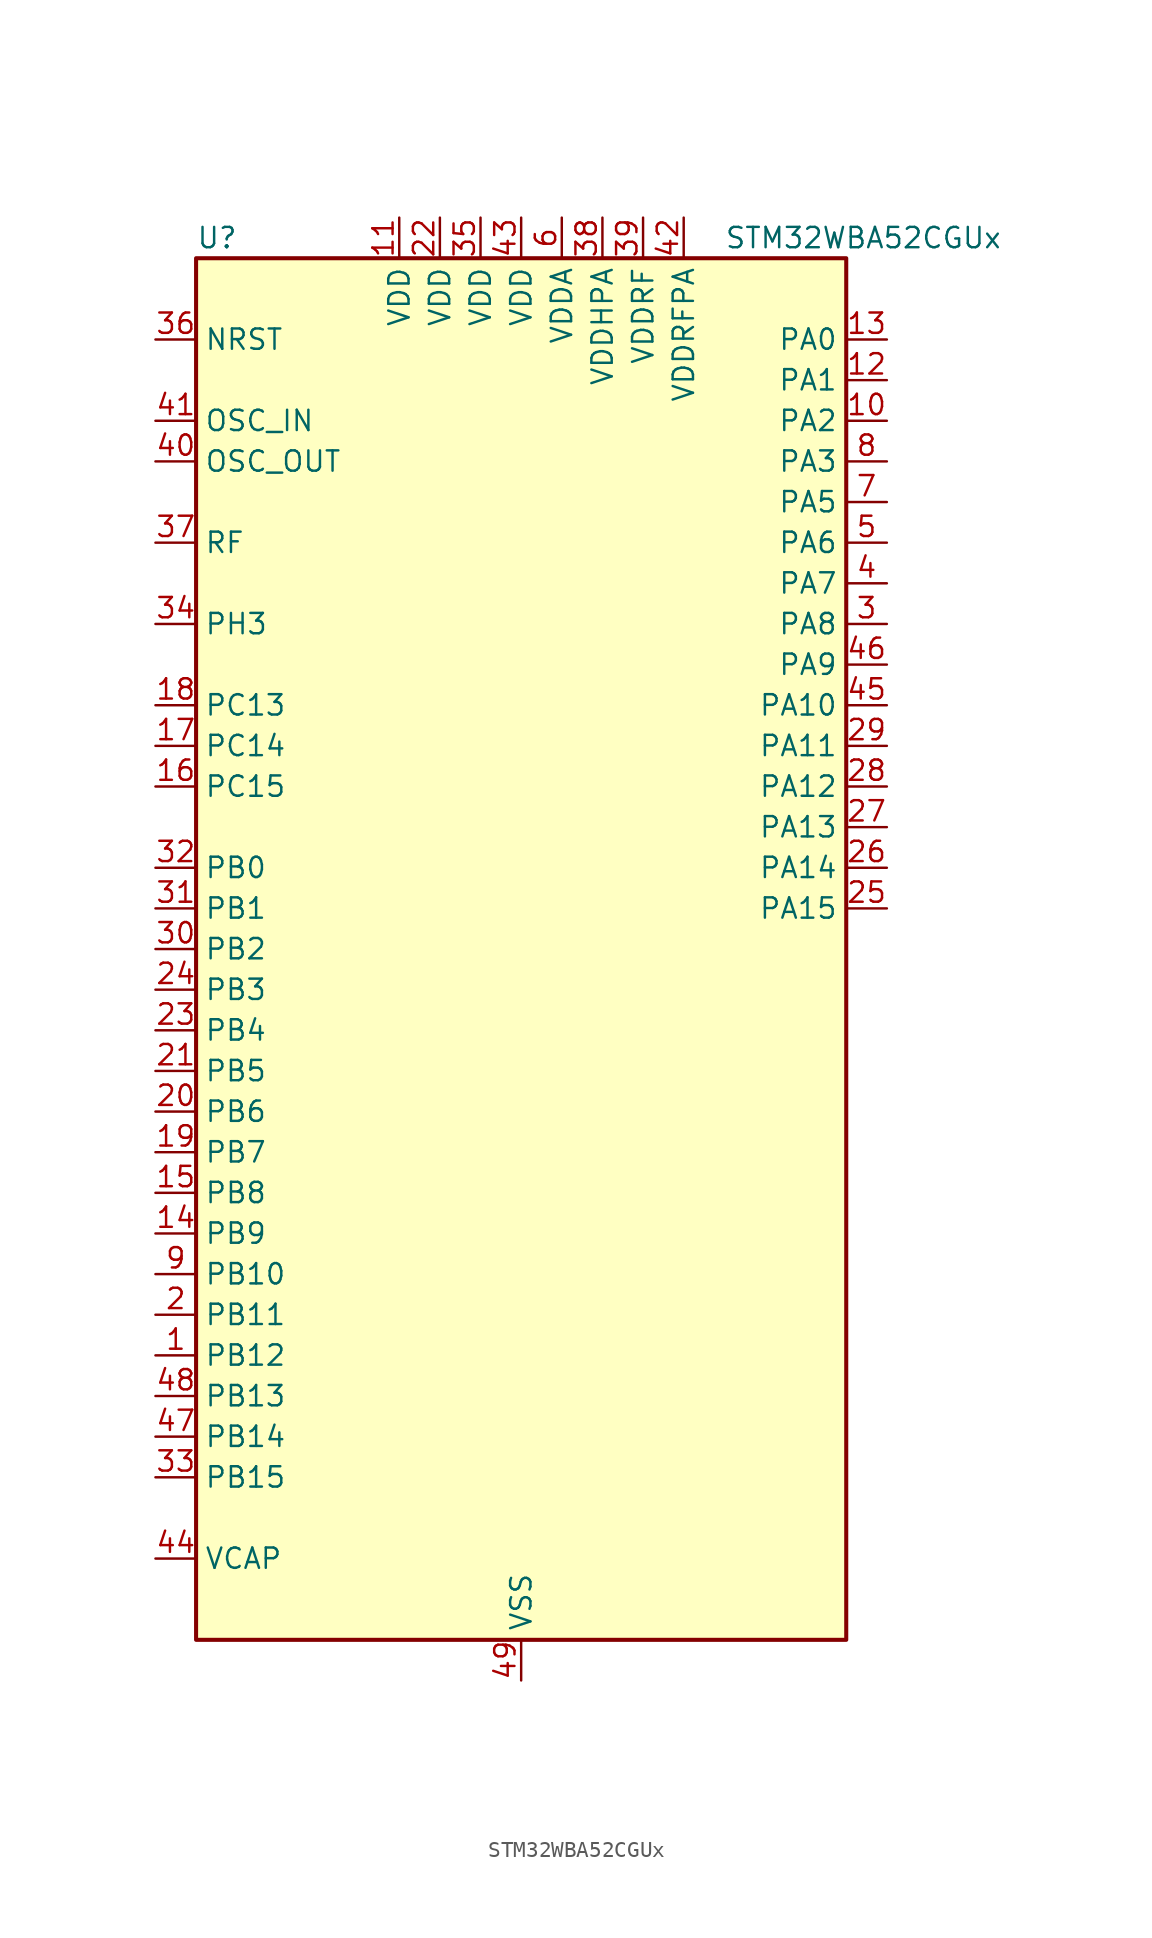
<source format=kicad_sym>
(kicad_symbol_lib
  (version 20241209)
  (generator "kicad_symbol_editor")
  (generator_version "9.0")
  (symbol "STM32WBA52CGUx"
    (property "Reference" "U"
      (at -20.32 44.45 0)
      (effects (font (size 1.27 1.27)) (justify left)))
    (property "Value" "STM32WBA52CGUx"
      (at 12.7 44.45 0)
      (effects (font (size 1.27 1.27)) (justify left)))
    (symbol "STM32WBA52CGUx_0_1"
      (rectangle (start -20.32 -43.18) (end 20.32 43.18) (stroke (width 0.254) (type default)) (fill (type background))))
    (symbol "STM32WBA52CGUx_1_1"
      (pin input line (at -22.86 38.1 0) (length 2.54) (name "NRST" (effects (font (size 1.27 1.27)))) (number "36" (effects (font (size 1.27 1.27)))))
      (pin input line (at -22.86 33.02 0) (length 2.54) (name "OSC_IN" (effects (font (size 1.27 1.27)))) (number "41" (effects (font (size 1.27 1.27)))) (alternate "RCC_OSC_IN" bidirectional line))
      (pin input line (at -22.86 30.48 0) (length 2.54) (name "OSC_OUT" (effects (font (size 1.27 1.27)))) (number "40" (effects (font (size 1.27 1.27)))) (alternate "RCC_OSC_OUT" bidirectional line))
      (pin bidirectional line (at -22.86 25.4 0) (length 2.54) (name "RF" (effects (font (size 1.27 1.27)))) (number "37" (effects (font (size 1.27 1.27)))))
      (pin bidirectional line (at -22.86 20.32 0) (length 2.54) (name "PH3" (effects (font (size 1.27 1.27)))) (number "34" (effects (font (size 1.27 1.27)))) (alternate "TAMP_IN2" bidirectional line) (alternate "TAMP_OUT1" bidirectional line))
      (pin bidirectional line (at -22.86 15.24 0) (length 2.54) (name "PC13" (effects (font (size 1.27 1.27)))) (number "18" (effects (font (size 1.27 1.27)))) (alternate "PWR_WKUP2" bidirectional line) (alternate "RTC_OUT1" bidirectional line) (alternate "RTC_TS" bidirectional line) (alternate "TAMP_IN4" bidirectional line) (alternate "TAMP_OUT5" bidirectional line) (alternate "TIM1_BKIN2" bidirectional line) (alternate "TSC_G5_IO1" bidirectional line))
      (pin bidirectional line (at -22.86 12.7 0) (length 2.54) (name "PC14" (effects (font (size 1.27 1.27)))) (number "17" (effects (font (size 1.27 1.27)))) (alternate "RCC_OSC32_IN" bidirectional line))
      (pin bidirectional line (at -22.86 10.16 0) (length 2.54) (name "PC15" (effects (font (size 1.27 1.27)))) (number "16" (effects (font (size 1.27 1.27)))) (alternate "ADC4_EXTI15" bidirectional line) (alternate "RCC_OSC32_OUT" bidirectional line))
      (pin bidirectional line (at -22.86 5.08 0) (length 2.54) (name "PB0" (effects (font (size 1.27 1.27)))) (number "32" (effects (font (size 1.27 1.27)))) (alternate "LPTIM2_IN2" bidirectional line) (alternate "TIM1_CH3N" bidirectional line) (alternate "USART2_TX" bidirectional line))
      (pin bidirectional line (at -22.86 2.54 0) (length 2.54) (name "PB1" (effects (font (size 1.27 1.27)))) (number "31" (effects (font (size 1.27 1.27)))) (alternate "I2C1_SDA" bidirectional line) (alternate "I2C3_SDA" bidirectional line) (alternate "PWR_WKUP4" bidirectional line) (alternate "TIM1_CH2N" bidirectional line) (alternate "USART2_DE" bidirectional line) (alternate "USART2_RTS" bidirectional line))
      (pin bidirectional line (at -22.86 0 0) (length 2.54) (name "PB2" (effects (font (size 1.27 1.27)))) (number "30" (effects (font (size 1.27 1.27)))) (alternate "I2C1_SCL" bidirectional line) (alternate "I2C3_SCL" bidirectional line) (alternate "PWR_WKUP1" bidirectional line) (alternate "RF_ANTSW2" bidirectional line) (alternate "RTC_OUT2" bidirectional line) (alternate "TIM1_CH1N" bidirectional line) (alternate "USART2_CTS" bidirectional line))
      (pin bidirectional line (at -22.86 -2.54 0) (length 2.54) (name "PB3" (effects (font (size 1.27 1.27)))) (number "24" (effects (font (size 1.27 1.27)))) (alternate "DEBUG_JTDO-SWO" bidirectional line) (alternate "I2C1_SDA" bidirectional line) (alternate "LPTIM1_IN2" bidirectional line) (alternate "SPI1_MISO" bidirectional line) (alternate "TIM17_CH1N" bidirectional line) (alternate "TIM1_CH4" bidirectional line) (alternate "TSC_G3_IO2" bidirectional line) (alternate "USART2_CK" bidirectional line))
      (pin bidirectional line (at -22.86 -5.08 0) (length 2.54) (name "PB4" (effects (font (size 1.27 1.27)))) (number "23" (effects (font (size 1.27 1.27)))) (alternate "DEBUG_JTRST" bidirectional line) (alternate "LPTIM2_IN2" bidirectional line) (alternate "SPI1_SCK" bidirectional line) (alternate "TIM17_CH1" bidirectional line) (alternate "TIM1_CH3" bidirectional line) (alternate "TSC_G3_IO1" bidirectional line) (alternate "USART2_RX" bidirectional line))
      (pin bidirectional line (at -22.86 -7.62 0) (length 2.54) (name "PB5" (effects (font (size 1.27 1.27)))) (number "21" (effects (font (size 1.27 1.27)))) (alternate "LPUART1_TX" bidirectional line) (alternate "TIM3_CH1" bidirectional line) (alternate "TSC_G5_IO4" bidirectional line))
      (pin bidirectional line (at -22.86 -10.16 0) (length 2.54) (name "PB6" (effects (font (size 1.27 1.27)))) (number "20" (effects (font (size 1.27 1.27)))) (alternate "PWR_WKUP3" bidirectional line) (alternate "TIM2_CH1" bidirectional line) (alternate "TIM2_ETR" bidirectional line) (alternate "TSC_G5_IO3" bidirectional line))
      (pin bidirectional line (at -22.86 -12.7 0) (length 2.54) (name "PB7" (effects (font (size 1.27 1.27)))) (number "19" (effects (font (size 1.27 1.27)))) (alternate "PWR_WKUP5" bidirectional line) (alternate "TAMP_IN5" bidirectional line) (alternate "TAMP_OUT4" bidirectional line) (alternate "TIM1_CH4N" bidirectional line) (alternate "TSC_G5_IO2" bidirectional line))
      (pin bidirectional line (at -22.86 -15.24 0) (length 2.54) (name "PB8" (effects (font (size 1.27 1.27)))) (number "15" (effects (font (size 1.27 1.27)))) (alternate "LPTIM1_ETR" bidirectional line) (alternate "PWR_PVD_IN" bidirectional line) (alternate "SPI3_MOSI" bidirectional line) (alternate "TIM16_CH1N" bidirectional line) (alternate "TIM1_CH1" bidirectional line) (alternate "TIM3_ETR" bidirectional line) (alternate "TSC_G2_IO4" bidirectional line) (alternate "USART2_RX" bidirectional line))
      (pin bidirectional line (at -22.86 -17.78 0) (length 2.54) (name "PB9" (effects (font (size 1.27 1.27)))) (number "14" (effects (font (size 1.27 1.27)))) (alternate "ADC4_IN10" bidirectional line) (alternate "IR_OUT" bidirectional line) (alternate "LPTIM2_IN1" bidirectional line) (alternate "LPUART1_DE" bidirectional line) (alternate "LPUART1_RTS" bidirectional line) (alternate "PWR_WKUP8" bidirectional line) (alternate "SPI3_MISO" bidirectional line) (alternate "TIM16_CH1" bidirectional line) (alternate "TIM1_CH3N" bidirectional line) (alternate "TIM3_CH4" bidirectional line) (alternate "TSC_G2_IO3" bidirectional line))
      (pin bidirectional line (at -22.86 -20.32 0) (length 2.54) (name "PB10" (effects (font (size 1.27 1.27)))) (number "9" (effects (font (size 1.27 1.27)))) (alternate "TIM16_BKIN" bidirectional line) (alternate "TSC_G4_IO3" bidirectional line) (alternate "USART1_CK" bidirectional line))
      (pin bidirectional line (at -22.86 -22.86 0) (length 2.54) (name "PB11" (effects (font (size 1.27 1.27)))) (number "2" (effects (font (size 1.27 1.27)))) (alternate "LPTIM1_CH1" bidirectional line) (alternate "LPTIM1_ETR" bidirectional line) (alternate "LPUART1_TX" bidirectional line))
      (pin bidirectional line (at -22.86 -25.4 0) (length 2.54) (name "PB12" (effects (font (size 1.27 1.27)))) (number "1" (effects (font (size 1.27 1.27)))) (alternate "SPI1_RDY" bidirectional line) (alternate "TIM2_CH1" bidirectional line) (alternate "TIM2_ETR" bidirectional line) (alternate "TIM3_ETR" bidirectional line) (alternate "TSC_SYNC" bidirectional line) (alternate "USART1_TX" bidirectional line))
      (pin bidirectional line (at -22.86 -27.94 0) (length 2.54) (name "PB13" (effects (font (size 1.27 1.27)))) (number "48" (effects (font (size 1.27 1.27)))) (alternate "TIM3_CH4" bidirectional line) (alternate "TSC_G6_IO2" bidirectional line))
      (pin bidirectional line (at -22.86 -30.48 0) (length 2.54) (name "PB14" (effects (font (size 1.27 1.27)))) (number "47" (effects (font (size 1.27 1.27)))) (alternate "PWR_WKUP7" bidirectional line) (alternate "RTC_REFIN" bidirectional line) (alternate "TIM3_CH3" bidirectional line) (alternate "TSC_G6_IO1" bidirectional line) (alternate "USART1_TX" bidirectional line))
      (pin bidirectional line (at -22.86 -33.02 0) (length 2.54) (name "PB15" (effects (font (size 1.27 1.27)))) (number "33" (effects (font (size 1.27 1.27)))) (alternate "ADC4_EXTI15" bidirectional line) (alternate "I2C1_SMBA" bidirectional line) (alternate "I2C3_SMBA" bidirectional line) (alternate "LPUART1_CTS" bidirectional line) (alternate "TIM16_BKIN" bidirectional line) (alternate "TIM1_BKIN2" bidirectional line) (alternate "USART2_CTS" bidirectional line))
      (pin power_out line (at -22.86 -38.1 0) (length 2.54) (name "VCAP" (effects (font (size 1.27 1.27)))) (number "44" (effects (font (size 1.27 1.27)))))
      (pin power_in line (at -7.62 45.72 270) (length 2.54) (name "VDD" (effects (font (size 1.27 1.27)))) (number "11" (effects (font (size 1.27 1.27)))))
      (pin power_in line (at -5.08 45.72 270) (length 2.54) (name "VDD" (effects (font (size 1.27 1.27)))) (number "22" (effects (font (size 1.27 1.27)))))
      (pin power_in line (at -2.54 45.72 270) (length 2.54) (name "VDD" (effects (font (size 1.27 1.27)))) (number "35" (effects (font (size 1.27 1.27)))))
      (pin power_in line (at 0 45.72 270) (length 2.54) (name "VDD" (effects (font (size 1.27 1.27)))) (number "43" (effects (font (size 1.27 1.27)))))
      (pin power_in line (at 0 -45.72 90) (length 2.54) (name "VSS" (effects (font (size 1.27 1.27)))) (number "49" (effects (font (size 1.27 1.27)))))
      (pin power_in line (at 2.54 45.72 270) (length 2.54) (name "VDDA" (effects (font (size 1.27 1.27)))) (number "6" (effects (font (size 1.27 1.27)))))
      (pin power_in line (at 5.08 45.72 270) (length 2.54) (name "VDDHPA" (effects (font (size 1.27 1.27)))) (number "38" (effects (font (size 1.27 1.27)))))
      (pin power_in line (at 7.62 45.72 270) (length 2.54) (name "VDDRF" (effects (font (size 1.27 1.27)))) (number "39" (effects (font (size 1.27 1.27)))))
      (pin power_in line (at 10.16 45.72 270) (length 2.54) (name "VDDRFPA" (effects (font (size 1.27 1.27)))) (number "42" (effects (font (size 1.27 1.27)))))
      (pin bidirectional line (at 22.86 38.1 180) (length 2.54) (name "PA0" (effects (font (size 1.27 1.27)))) (number "13" (effects (font (size 1.27 1.27)))) (alternate "ADC4_IN9" bidirectional line) (alternate "LPTIM1_IN1" bidirectional line) (alternate "LPUART1_CTS" bidirectional line) (alternate "PWR_WKUP1" bidirectional line) (alternate "SPI3_SCK" bidirectional line) (alternate "TIM1_CH2N" bidirectional line) (alternate "TIM3_CH3" bidirectional line) (alternate "TIM3_ETR" bidirectional line) (alternate "TSC_G2_IO2" bidirectional line))
      (pin bidirectional line (at 22.86 35.56 180) (length 2.54) (name "PA1" (effects (font (size 1.27 1.27)))) (number "12" (effects (font (size 1.27 1.27)))) (alternate "ADC4_IN8" bidirectional line) (alternate "LPTIM2_CH2" bidirectional line) (alternate "LPUART1_RX" bidirectional line) (alternate "PWR_WKUP3" bidirectional line) (alternate "SPI1_RDY" bidirectional line) (alternate "TIM17_CH1" bidirectional line) (alternate "TIM1_CH1N" bidirectional line) (alternate "TIM3_CH2" bidirectional line) (alternate "TSC_G2_IO1" bidirectional line) (alternate "USART1_CK" bidirectional line))
      (pin bidirectional line (at 22.86 33.02 180) (length 2.54) (name "PA2" (effects (font (size 1.27 1.27)))) (number "10" (effects (font (size 1.27 1.27)))) (alternate "ADC4_IN7" bidirectional line) (alternate "LPUART1_TX" bidirectional line) (alternate "PWR_WKUP4" bidirectional line) (alternate "RCC_LSCO" bidirectional line) (alternate "TIM16_CH1" bidirectional line) (alternate "TIM1_BKIN" bidirectional line) (alternate "TIM3_CH1" bidirectional line) (alternate "TSC_G4_IO4" bidirectional line) (alternate "USART1_DE" bidirectional line) (alternate "USART1_RTS" bidirectional line))
      (pin bidirectional line (at 22.86 30.48 180) (length 2.54) (name "PA3" (effects (font (size 1.27 1.27)))) (number "8" (effects (font (size 1.27 1.27)))) (alternate "ADC4_IN6" bidirectional line) (alternate "PWR_WKUP5" bidirectional line) (alternate "TIM16_CH1N" bidirectional line) (alternate "TSC_G4_IO2" bidirectional line) (alternate "USART1_DE" bidirectional line) (alternate "USART1_RTS" bidirectional line))
      (pin bidirectional line (at 22.86 27.94 180) (length 2.54) (name "PA5" (effects (font (size 1.27 1.27)))) (number "7" (effects (font (size 1.27 1.27)))) (alternate "ADC4_IN4" bidirectional line) (alternate "LPTIM2_ETR" bidirectional line) (alternate "PWR_CSLEEP" bidirectional line) (alternate "PWR_WKUP6" bidirectional line) (alternate "SPI3_NSS" bidirectional line) (alternate "TIM2_CH1" bidirectional line) (alternate "TIM2_ETR" bidirectional line) (alternate "TSC_G1_IO4" bidirectional line) (alternate "USART1_CK" bidirectional line))
      (pin bidirectional line (at 22.86 25.4 180) (length 2.54) (name "PA6" (effects (font (size 1.27 1.27)))) (number "5" (effects (font (size 1.27 1.27)))) (alternate "ADC4_IN3" bidirectional line) (alternate "I2C3_SCL" bidirectional line) (alternate "PWR_CSTOP" bidirectional line) (alternate "PWR_WKUP7" bidirectional line) (alternate "SPI3_RDY" bidirectional line) (alternate "TIM2_CH4" bidirectional line) (alternate "TSC_G1_IO3" bidirectional line) (alternate "USART1_DE" bidirectional line) (alternate "USART1_RTS" bidirectional line))
      (pin bidirectional line (at 22.86 22.86 180) (length 2.54) (name "PA7" (effects (font (size 1.27 1.27)))) (number "4" (effects (font (size 1.27 1.27)))) (alternate "ADC4_IN2" bidirectional line) (alternate "I2C3_SDA" bidirectional line) (alternate "PWR_WKUP8" bidirectional line) (alternate "TAMP_IN1" bidirectional line) (alternate "TAMP_OUT2" bidirectional line) (alternate "TIM2_CH3" bidirectional line) (alternate "TSC_G1_IO2" bidirectional line) (alternate "USART1_CTS" bidirectional line))
      (pin bidirectional line (at 22.86 20.32 180) (length 2.54) (name "PA8" (effects (font (size 1.27 1.27)))) (number "3" (effects (font (size 1.27 1.27)))) (alternate "ADC4_IN1" bidirectional line) (alternate "LPTIM1_CH2" bidirectional line) (alternate "RCC_MCO" bidirectional line) (alternate "SPI3_RDY" bidirectional line) (alternate "TIM2_CH2" bidirectional line) (alternate "TSC_G1_IO1" bidirectional line) (alternate "USART1_RX" bidirectional line))
      (pin bidirectional line (at 22.86 17.78 180) (length 2.54) (name "PA9" (effects (font (size 1.27 1.27)))) (number "46" (effects (font (size 1.27 1.27)))) (alternate "LPUART1_DE" bidirectional line) (alternate "LPUART1_RTS" bidirectional line) (alternate "TIM3_CH2" bidirectional line))
      (pin bidirectional line (at 22.86 15.24 180) (length 2.54) (name "PA10" (effects (font (size 1.27 1.27)))) (number "45" (effects (font (size 1.27 1.27)))) (alternate "LPUART1_RX" bidirectional line) (alternate "TIM3_CH1" bidirectional line))
      (pin bidirectional line (at 22.86 12.7 180) (length 2.54) (name "PA11" (effects (font (size 1.27 1.27)))) (number "29" (effects (font (size 1.27 1.27)))) (alternate "LPTIM2_CH1" bidirectional line) (alternate "RF_ANTSW1" bidirectional line) (alternate "TIM1_CH1" bidirectional line) (alternate "USART2_RX" bidirectional line))
      (pin bidirectional line (at 22.86 10.16 180) (length 2.54) (name "PA12" (effects (font (size 1.27 1.27)))) (number "28" (effects (font (size 1.27 1.27)))) (alternate "PWR_WKUP6" bidirectional line) (alternate "RF_ANTSW0" bidirectional line) (alternate "SPI1_NSS" bidirectional line) (alternate "TIM1_CH2" bidirectional line) (alternate "TSC_G3_IO4" bidirectional line) (alternate "USART2_TX" bidirectional line))
      (pin bidirectional line (at 22.86 7.62 180) (length 2.54) (name "PA13" (effects (font (size 1.27 1.27)))) (number "27" (effects (font (size 1.27 1.27)))) (alternate "DEBUG_JTMS-SWDIO" bidirectional line) (alternate "IR_OUT" bidirectional line))
      (pin bidirectional line (at 22.86 5.08 180) (length 2.54) (name "PA14" (effects (font (size 1.27 1.27)))) (number "26" (effects (font (size 1.27 1.27)))) (alternate "DEBUG_JTCK-SWCLK" bidirectional line) (alternate "TAMP_IN3" bidirectional line) (alternate "TAMP_OUT6" bidirectional line) (alternate "USART2_TX" bidirectional line))
      (pin bidirectional line (at 22.86 2.54 180) (length 2.54) (name "PA15" (effects (font (size 1.27 1.27)))) (number "25" (effects (font (size 1.27 1.27)))) (alternate "ADC4_EXTI15" bidirectional line) (alternate "DEBUG_JTDI" bidirectional line) (alternate "I2C1_SCL" bidirectional line) (alternate "LPTIM1_CH2" bidirectional line) (alternate "SPI1_MOSI" bidirectional line) (alternate "TIM17_BKIN" bidirectional line) (alternate "TIM1_ETR" bidirectional line) (alternate "TSC_G3_IO3" bidirectional line) (alternate "USART2_DE" bidirectional line) (alternate "USART2_RTS" bidirectional line)))))
</source>
